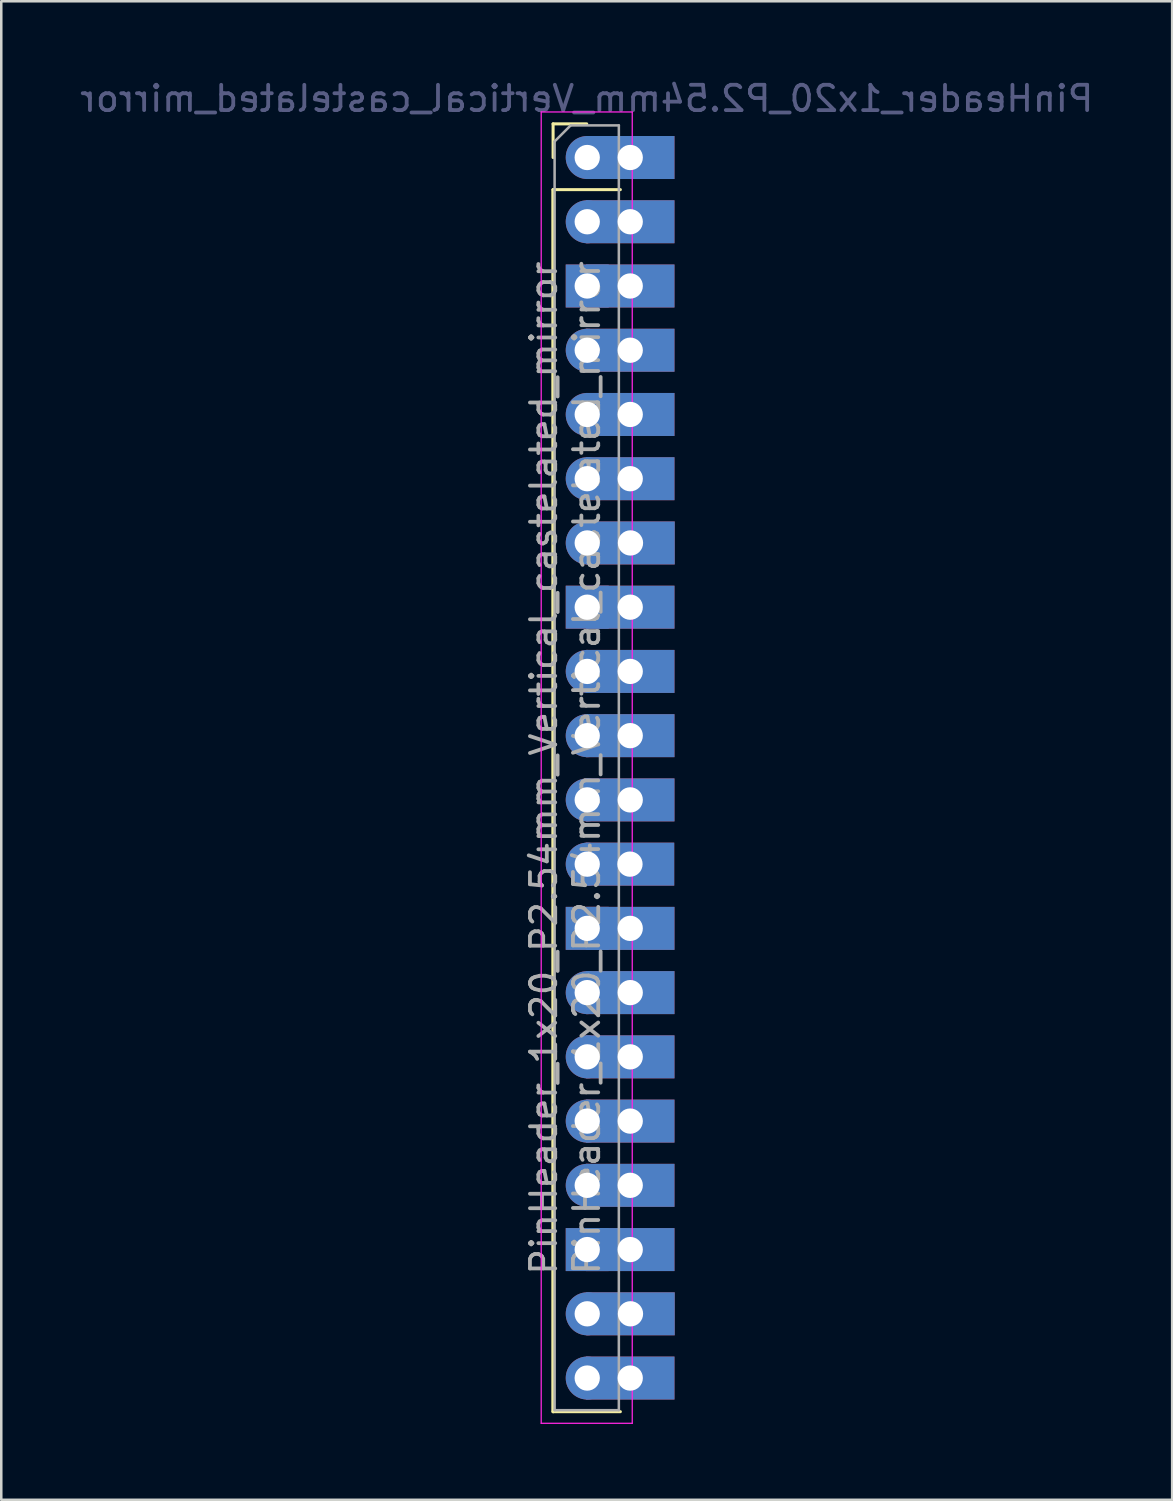
<source format=kicad_pcb>
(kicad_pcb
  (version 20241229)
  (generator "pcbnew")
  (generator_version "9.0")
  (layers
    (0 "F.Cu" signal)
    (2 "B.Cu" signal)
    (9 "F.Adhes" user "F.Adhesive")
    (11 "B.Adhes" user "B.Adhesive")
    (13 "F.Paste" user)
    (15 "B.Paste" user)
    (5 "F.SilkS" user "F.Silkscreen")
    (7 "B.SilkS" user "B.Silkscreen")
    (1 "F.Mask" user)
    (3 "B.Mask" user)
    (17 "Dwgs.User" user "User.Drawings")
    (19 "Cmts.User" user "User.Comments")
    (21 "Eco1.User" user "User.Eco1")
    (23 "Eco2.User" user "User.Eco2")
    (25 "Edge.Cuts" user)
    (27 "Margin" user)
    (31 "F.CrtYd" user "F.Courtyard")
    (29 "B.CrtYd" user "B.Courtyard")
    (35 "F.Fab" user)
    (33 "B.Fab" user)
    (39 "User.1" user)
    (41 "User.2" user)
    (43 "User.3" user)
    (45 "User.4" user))
  (footprint "PinHeader_1x20_P2.54mm_Vertical_castelated_mirror"
    (layer "F.Cu")
    (at 20.149 3.178)
    (property "Reference" "PinHeader_1x20_P2.54mm_Vertical_castelated_mirror" (at 0 -2.33 0) (layer "B.Fab") (effects (font (size 1 1) (thickness 0.15)) (justify mirror)))
    (attr through_hole)
    (fp_line (start -1.33 -1.33) (end 0 -1.33) (stroke (width 0.12) (type solid)) (layer "F.SilkS"))
    (fp_line (start -1.33 0) (end -1.33 -1.33) (stroke (width 0.12) (type solid)) (layer "F.SilkS"))
    (fp_line (start -1.33 1.27) (end -1.33 49.59) (stroke (width 0.12) (type solid)) (layer "F.SilkS"))
    (fp_line (start -1.33 1.27) (end -1.33 49.59) (stroke (width 0.12) (type solid)) (layer "F.SilkS"))
    (fp_line (start -1.33 1.27) (end 1.33 1.27) (stroke (width 0.12) (type solid)) (layer "F.SilkS"))
    (fp_line (start -1.33 49.59) (end 1.33 49.59) (stroke (width 0.12) (type solid)) (layer "F.SilkS"))
    (fp_line (start -1.8 -1.8) (end -1.8 50.05) (stroke (width 0.05) (type solid)) (layer "F.CrtYd"))
    (fp_line (start -1.8 50.05) (end 1.8 50.05) (stroke (width 0.05) (type solid)) (layer "F.CrtYd"))
    (fp_line (start 1.8 -1.8) (end -1.8 -1.8) (stroke (width 0.05) (type solid)) (layer "F.CrtYd"))
    (fp_line (start 1.8 50.05) (end 1.8 -1.8) (stroke (width 0.05) (type solid)) (layer "F.CrtYd"))
    (fp_line (start -1.27 -0.635) (end -0.635 -1.27) (stroke (width 0.1) (type solid)) (layer "F.Fab"))
    (fp_line (start -1.27 49.53) (end -1.27 -0.635) (stroke (width 0.1) (type solid)) (layer "F.Fab"))
    (fp_line (start -0.635 -1.27) (end 1.27 -1.27) (stroke (width 0.1) (type solid)) (layer "F.Fab"))
    (fp_line (start 1.27 -1.27) (end 1.27 49.53) (stroke (width 0.1) (type solid)) (layer "F.Fab"))
    (fp_line (start 1.27 49.53) (end -1.27 49.53) (stroke (width 0.1) (type solid)) (layer "F.Fab"))
    (fp_text user "${REFERENCE}" (at -1.7 24.14 90) (layer "F.Fab") (effects (font (size 1 1) (thickness 0.15))))
    (fp_text user "${REFERENCE}" (at 0 24.13 90) (layer "F.Fab") (effects (font (size 1 1) (thickness 0.15))))
    (pad "1" thru_hole circle (at 0.02 0) (size 1.7 1.7) (drill 1) (layers "*.Cu" "*.Mask"))
    (pad "1" thru_hole rect (at 1.72 0) (size 3.5 1.7) (drill 1) (layers "*.Cu" "*.Mask"))
    (pad "2" thru_hole oval (at 0.02 2.54) (size 1.7 1.7) (drill 1) (layers "*.Cu" "*.Mask"))
    (pad "2" thru_hole rect (at 1.72 2.54) (size 3.5 1.7) (drill 1) (layers "*.Cu" "*.Mask"))
    (pad "3" thru_hole rect (at 0.02 5.08) (size 1.7 1.7) (drill 1) (layers "*.Cu" "*.Mask"))
    (pad "3" thru_hole rect (at 1.72 5.08) (size 3.5 1.7) (drill 1) (layers "*.Cu" "*.Mask"))
    (pad "4" thru_hole oval (at 0.02 7.62) (size 1.7 1.7) (drill 1) (layers "*.Cu" "*.Mask"))
    (pad "4" thru_hole rect (at 1.72 7.62) (size 3.5 1.7) (drill 1) (layers "*.Cu" "*.Mask"))
    (pad "5" thru_hole oval (at 0.02 10.16) (size 1.7 1.7) (drill 1) (layers "*.Cu" "*.Mask"))
    (pad "5" thru_hole rect (at 1.72 10.16) (size 3.5 1.7) (drill 1) (layers "*.Cu" "*.Mask"))
    (pad "6" thru_hole oval (at 0.02 12.7) (size 1.7 1.7) (drill 1) (layers "*.Cu" "*.Mask"))
    (pad "6" thru_hole rect (at 1.72 12.7) (size 3.5 1.7) (drill 1) (layers "*.Cu" "*.Mask"))
    (pad "7" thru_hole oval (at 0.02 15.24) (size 1.7 1.7) (drill 1) (layers "*.Cu" "*.Mask"))
    (pad "7" thru_hole rect (at 1.73 15.24) (size 3.5 1.7) (drill 1) (layers "*.Cu" "*.Mask"))
    (pad "8" thru_hole rect (at 0.02 17.78) (size 1.7 1.7) (drill 1) (layers "*.Cu" "*.Mask"))
    (pad "8" thru_hole rect (at 1.72 17.78) (size 3.5 1.7) (drill 1) (layers "*.Cu" "*.Mask"))
    (pad "9" thru_hole oval (at 0.02 20.32) (size 1.7 1.7) (drill 1) (layers "*.Cu" "*.Mask"))
    (pad "9" thru_hole rect (at 1.72 20.32) (size 3.5 1.7) (drill 1) (layers "*.Cu" "*.Mask"))
    (pad "10" thru_hole oval (at 0.02 22.86) (size 1.7 1.7) (drill 1) (layers "*.Cu" "*.Mask"))
    (pad "10" thru_hole rect (at 1.72 22.86) (size 3.5 1.7) (drill 1) (layers "*.Cu" "*.Mask"))
    (pad "11" thru_hole oval (at 0.02 25.4) (size 1.7 1.7) (drill 1) (layers "*.Cu" "*.Mask"))
    (pad "11" thru_hole rect (at 1.72 25.4) (size 3.5 1.7) (drill 1) (layers "*.Cu" "*.Mask"))
    (pad "12" thru_hole oval (at 0.02 27.94) (size 1.7 1.7) (drill 1) (layers "*.Cu" "*.Mask"))
    (pad "12" thru_hole rect (at 1.71 27.94) (size 3.5 1.7) (drill 1) (layers "*.Cu" "*.Mask"))
    (pad "13" thru_hole rect (at 0.02 30.48) (size 1.7 1.7) (drill 1) (layers "*.Cu" "*.Mask"))
    (pad "13" thru_hole rect (at 1.72 30.48) (size 3.5 1.7) (drill 1) (layers "*.Cu" "*.Mask"))
    (pad "14" thru_hole oval (at 0.02 33.02) (size 1.7 1.7) (drill 1) (layers "*.Cu" "*.Mask"))
    (pad "14" thru_hole rect (at 1.72 33.02) (size 3.5 1.7) (drill 1) (layers "*.Cu" "*.Mask"))
    (pad "15" thru_hole oval (at 0.02 35.56) (size 1.7 1.7) (drill 1) (layers "*.Cu" "*.Mask"))
    (pad "15" thru_hole rect (at 1.72 35.56) (size 3.5 1.7) (drill 1) (layers "*.Cu" "*.Mask"))
    (pad "16" thru_hole oval (at 0.02 38.1) (size 1.7 1.7) (drill 1) (layers "*.Cu" "*.Mask"))
    (pad "16" thru_hole rect (at 1.72 38.1) (size 3.5 1.7) (drill 1) (layers "*.Cu" "*.Mask"))
    (pad "17" thru_hole oval (at 0.02 40.64) (size 1.7 1.7) (drill 1) (layers "*.Cu" "*.Mask"))
    (pad "17" thru_hole rect (at 1.72 40.64) (size 3.5 1.7) (drill 1) (layers "*.Cu" "*.Mask"))
    (pad "18" thru_hole rect (at 0.02 43.18) (size 1.7 1.7) (drill 1) (layers "*.Cu" "*.Mask"))
    (pad "18" thru_hole rect (at 1.72 43.18) (size 3.5 1.7) (drill 1) (layers "*.Cu" "*.Mask"))
    (pad "19" thru_hole oval (at 0.02 45.72) (size 1.7 1.7) (drill 1) (layers "*.Cu" "*.Mask"))
    (pad "19" thru_hole rect (at 1.73 45.72) (size 3.5 1.7) (drill 1) (layers "*.Cu" "*.Mask"))
    (pad "20" thru_hole oval (at 0.02 48.26) (size 1.7 1.7) (drill 1) (layers "*.Cu" "*.Mask"))
    (pad "20" thru_hole rect (at 1.72 48.26) (size 3.5 1.7) (drill 1) (layers "*.Cu" "*.Mask")))
  (gr_rect
    (start -3 -3)
    (end 43.298 56.253)
    (stroke (width 0.1) (type default))
    (fill no)
    (layer "Edge.Cuts")))
</source>
